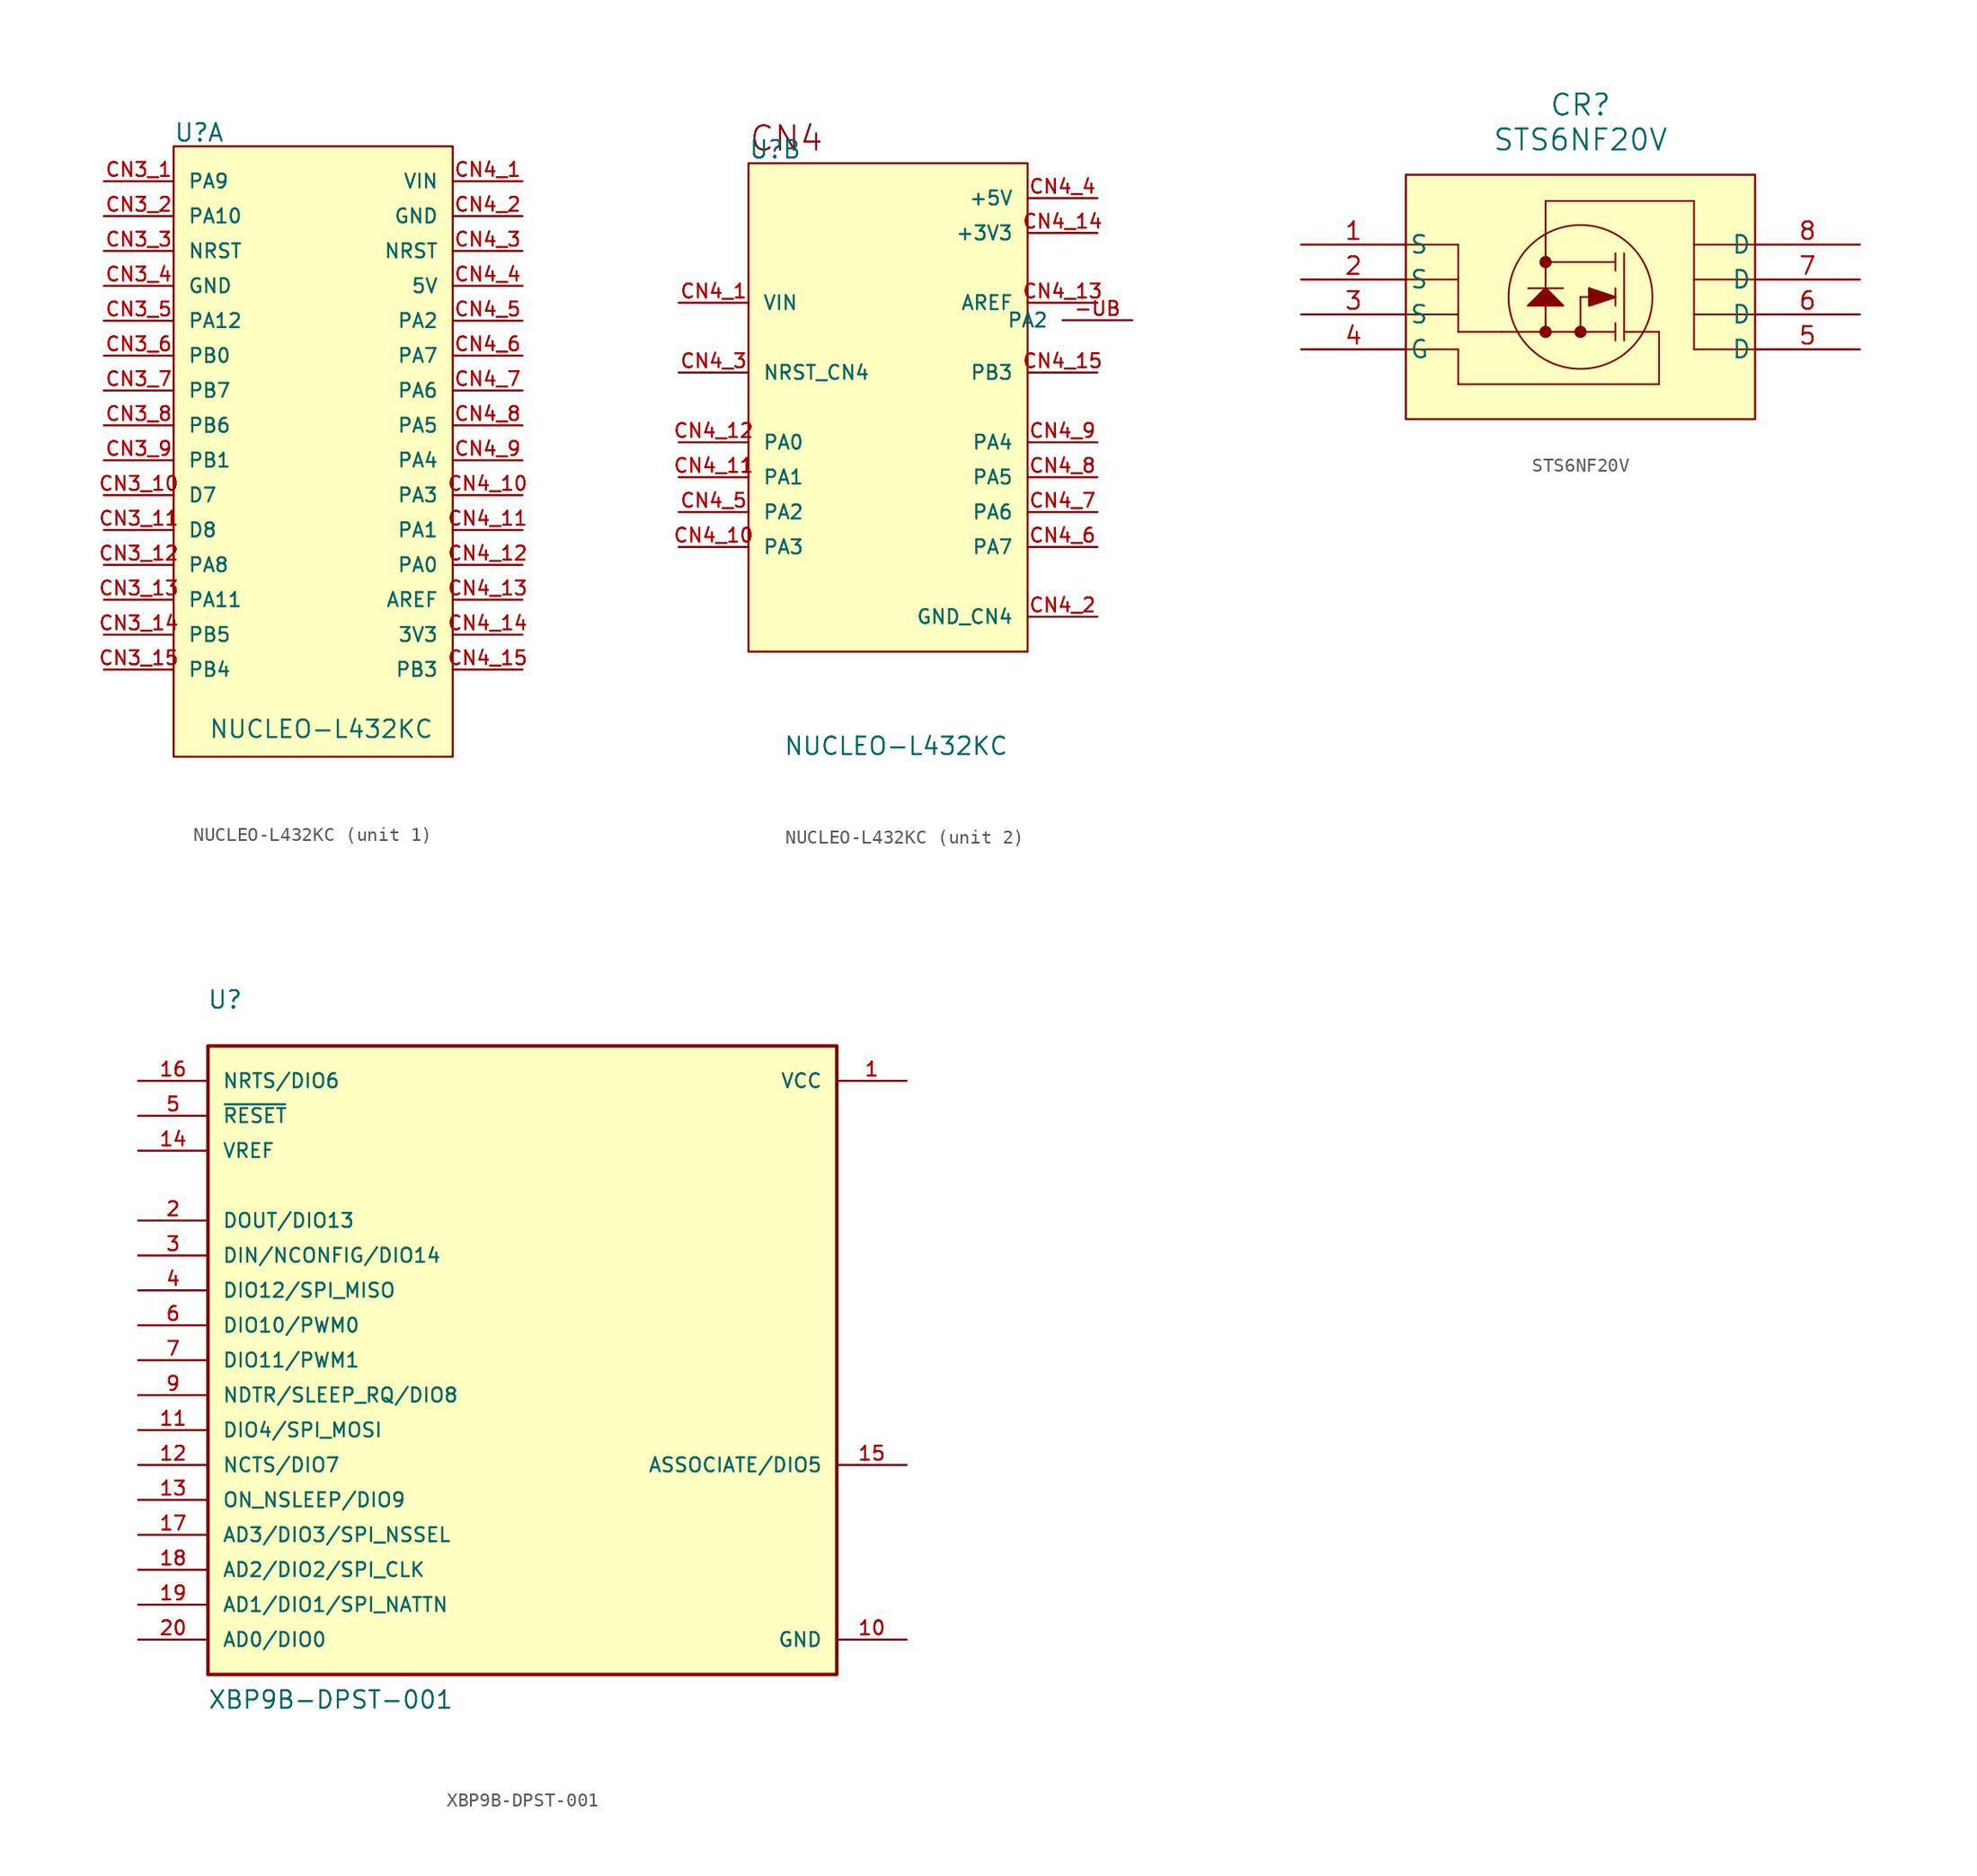
<source format=kicad_sym>
(kicad_symbol_lib
  (version 20231120)
  (generator "kicad_symbol_editor")
  (generator_version "8.0")
  (symbol "NUCLEO-L432KC"
    (pin_names
      (offset 1.016))
    (property "Reference" "U"
      (at -10.16 18.034 0)
      (effects (font (size 1.27 1.27)) (justify left bottom)))
    (property "Value" "NUCLEO-L432KC"
      (at -7.62 -25.4 0)
      (effects (font (size 1.27 1.27)) (justify left bottom)))
    (symbol "NUCLEO-L432KC_1_0"
      (rectangle (start -10.16 17.78) (end 10.16 -26.67) (stroke (width 0.152) (type default)) (fill (type background)))
      (pin bidirectional line (at -15.24 15.24 0) (length 5.08) (name "PA9" (effects (font (size 1.016 1.016)))) (number "CN3_1" (effects (font (size 1.016 1.016)))))
      (pin bidirectional line (at -15.24 -12.7 0) (length 5.08) (name "PA8" (effects (font (size 1.016 1.016)))) (number "CN3_12" (effects (font (size 1.016 1.016)))))
      (pin bidirectional line (at -15.24 -15.24 0) (length 5.08) (name "PA11" (effects (font (size 1.016 1.016)))) (number "CN3_13" (effects (font (size 1.016 1.016)))))
      (pin bidirectional line (at -15.24 -17.78 0) (length 5.08) (name "PB5" (effects (font (size 1.016 1.016)))) (number "CN3_14" (effects (font (size 1.016 1.016)))))
      (pin bidirectional line (at -15.24 -20.32 0) (length 5.08) (name "PB4" (effects (font (size 1.016 1.016)))) (number "CN3_15" (effects (font (size 1.016 1.016)))))
      (pin bidirectional line (at -15.24 12.7 0) (length 5.08) (name "PA10" (effects (font (size 1.016 1.016)))) (number "CN3_2" (effects (font (size 1.016 1.016)))))
      (pin bidirectional line (at -15.24 5.08 0) (length 5.08) (name "PA12" (effects (font (size 1.016 1.016)))) (number "CN3_5" (effects (font (size 1.016 1.016)))))
      (pin bidirectional line (at -15.24 2.54 0) (length 5.08) (name "PB0" (effects (font (size 1.016 1.016)))) (number "CN3_6" (effects (font (size 1.016 1.016)))))
      (pin bidirectional line (at -15.24 0 0) (length 5.08) (name "PB7" (effects (font (size 1.016 1.016)))) (number "CN3_7" (effects (font (size 1.016 1.016)))))
      (pin bidirectional line (at -15.24 -2.54 0) (length 5.08) (name "PB6" (effects (font (size 1.016 1.016)))) (number "CN3_8" (effects (font (size 1.016 1.016)))))
      (pin bidirectional line (at -15.24 -5.08 0) (length 5.08) (name "PB1" (effects (font (size 1.016 1.016)))) (number "CN3_9" (effects (font (size 1.016 1.016))))))
    (symbol "NUCLEO-L432KC_1_1"
      (pin bidirectional line (at -15.24 -7.62 0) (length 5.08) (name "D7" (effects (font (size 1.016 1.016)))) (number "CN3_10" (effects (font (size 1.016 1.016)))))
      (pin bidirectional line (at -15.24 -10.16 0) (length 5.08) (name "D8" (effects (font (size 1.016 1.016)))) (number "CN3_11" (effects (font (size 1.016 1.016)))))
      (pin bidirectional line (at -15.24 10.16 0) (length 5.08) (name "NRST" (effects (font (size 1.016 1.016)))) (number "CN3_3" (effects (font (size 1.016 1.016)))))
      (pin power_in line (at -15.24 7.62 0) (length 5.08) (name "GND" (effects (font (size 1.016 1.016)))) (number "CN3_4" (effects (font (size 1.016 1.016)))))
      (pin power_in line (at 15.24 15.24 180) (length 5.08) (name "VIN" (effects (font (size 1.016 1.016)))) (number "CN4_1" (effects (font (size 1.016 1.016)))))
      (pin bidirectional line (at 15.24 -7.62 180) (length 5.08) (name "PA3" (effects (font (size 1.016 1.016)))) (number "CN4_10" (effects (font (size 1.016 1.016)))))
      (pin bidirectional line (at 15.24 -10.16 180) (length 5.08) (name "PA1" (effects (font (size 1.016 1.016)))) (number "CN4_11" (effects (font (size 1.016 1.016)))))
      (pin bidirectional line (at 15.24 -12.7 180) (length 5.08) (name "PA0" (effects (font (size 1.016 1.016)))) (number "CN4_12" (effects (font (size 1.016 1.016)))))
      (pin bidirectional line (at 15.24 -15.24 180) (length 5.08) (name "AREF" (effects (font (size 1.016 1.016)))) (number "CN4_13" (effects (font (size 1.016 1.016)))))
      (pin power_out line (at 15.24 -17.78 180) (length 5.08) (name "3V3" (effects (font (size 1.016 1.016)))) (number "CN4_14" (effects (font (size 1.016 1.016)))))
      (pin bidirectional line (at 15.24 -20.32 180) (length 5.08) (name "PB3" (effects (font (size 1.016 1.016)))) (number "CN4_15" (effects (font (size 1.016 1.016)))))
      (pin power_in line (at 15.24 12.7 180) (length 5.08) (name "GND" (effects (font (size 1.016 1.016)))) (number "CN4_2" (effects (font (size 1.016 1.016)))))
      (pin bidirectional line (at 15.24 10.16 180) (length 5.08) (name "NRST" (effects (font (size 1.016 1.016)))) (number "CN4_3" (effects (font (size 1.016 1.016)))))
      (pin power_out line (at 15.24 7.62 180) (length 5.08) (name "5V" (effects (font (size 1.016 1.016)))) (number "CN4_4" (effects (font (size 1.016 1.016)))))
      (pin bidirectional line (at 15.24 5.08 180) (length 5.08) (name "PA2" (effects (font (size 1.016 1.016)))) (number "CN4_5" (effects (font (size 1.016 1.016)))))
      (pin bidirectional line (at 15.24 2.54 180) (length 5.08) (name "PA7" (effects (font (size 1.016 1.016)))) (number "CN4_6" (effects (font (size 1.016 1.016)))))
      (pin bidirectional line (at 15.24 0 180) (length 5.08) (name "PA6" (effects (font (size 1.016 1.016)))) (number "CN4_7" (effects (font (size 1.016 1.016)))))
      (pin bidirectional line (at 15.24 -2.54 180) (length 5.08) (name "PA5" (effects (font (size 1.016 1.016)))) (number "CN4_8" (effects (font (size 1.016 1.016)))))
      (pin bidirectional line (at 15.24 -5.08 180) (length 5.08) (name "PA4" (effects (font (size 1.016 1.016)))) (number "CN4_9" (effects (font (size 1.016 1.016))))))
    (symbol "NUCLEO-L432KC_2_0"
      (rectangle (start -10.16 -17.78) (end 10.16 17.78) (stroke (width 0.152) (type default)) (fill (type background)))
      (text "CN4" (at -10.16 18.542 0) (effects (font (size 1.778 1.778)) (justify left bottom)))
      (pin input line (at -15.24 7.62 0) (length 5.08) (name "VIN" (effects (font (size 1.016 1.016)))) (number "CN4_1" (effects (font (size 1.016 1.016)))))
      (pin bidirectional line (at -15.24 -10.16 0) (length 5.08) (name "PA3" (effects (font (size 1.016 1.016)))) (number "CN4_10" (effects (font (size 1.016 1.016)))))
      (pin bidirectional line (at -15.24 -5.08 0) (length 5.08) (name "PA1" (effects (font (size 1.016 1.016)))) (number "CN4_11" (effects (font (size 1.016 1.016)))))
      (pin bidirectional line (at -15.24 -2.54 0) (length 5.08) (name "PA0" (effects (font (size 1.016 1.016)))) (number "CN4_12" (effects (font (size 1.016 1.016)))))
      (pin bidirectional line (at 15.24 7.62 180) (length 5.08) (name "AREF" (effects (font (size 1.016 1.016)))) (number "CN4_13" (effects (font (size 1.016 1.016)))))
      (pin power_in line (at 15.24 12.7 180) (length 5.08) (name "+3V3" (effects (font (size 1.016 1.016)))) (number "CN4_14" (effects (font (size 1.016 1.016)))))
      (pin bidirectional line (at 15.24 2.54 180) (length 5.08) (name "PB3" (effects (font (size 1.016 1.016)))) (number "CN4_15" (effects (font (size 1.016 1.016)))))
      (pin power_in line (at 15.24 -15.24 180) (length 5.08) (name "GND_CN4" (effects (font (size 1.016 1.016)))) (number "CN4_2" (effects (font (size 1.016 1.016)))))
      (pin bidirectional line (at -15.24 2.54 0) (length 5.08) (name "NRST_CN4" (effects (font (size 1.016 1.016)))) (number "CN4_3" (effects (font (size 1.016 1.016)))))
      (pin power_in line (at 15.24 15.24 180) (length 5.08) (name "+5V" (effects (font (size 1.016 1.016)))) (number "CN4_4" (effects (font (size 1.016 1.016)))))
      (pin bidirectional line (at -15.24 -7.62 0) (length 5.08) (name "PA2" (effects (font (size 1.016 1.016)))) (number "CN4_5" (effects (font (size 1.016 1.016)))))
      (pin bidirectional line (at 15.24 -10.16 180) (length 5.08) (name "PA7" (effects (font (size 1.016 1.016)))) (number "CN4_6" (effects (font (size 1.016 1.016)))))
      (pin bidirectional line (at 15.24 -7.62 180) (length 5.08) (name "PA6" (effects (font (size 1.016 1.016)))) (number "CN4_7" (effects (font (size 1.016 1.016)))))
      (pin bidirectional line (at 15.24 -5.08 180) (length 5.08) (name "PA5" (effects (font (size 1.016 1.016)))) (number "CN4_8" (effects (font (size 1.016 1.016)))))
      (pin bidirectional line (at 15.24 -2.54 180) (length 5.08) (name "PA4" (effects (font (size 1.016 1.016)))) (number "CN4_9" (effects (font (size 1.016 1.016))))))
    (symbol "NUCLEO-L432KC_2_1"
      (pin bidirectional line (at 17.78 6.35 180) (length 5.08) (name "PA2" (effects (font (size 1.016 1.016)))) (number "-UB" (effects (font (size 1.016 1.016)))))))
  (symbol "STS6NF20V"
    (pin_names
      (offset 0.254))
    (property "Reference" "CR"
      (at 20.32 10.16 0)
      (effects (font (size 1.524 1.524))))
    (property "Value" "STS6NF20V"
      (at 20.32 7.62 0)
      (effects (font (size 1.524 1.524))))
    (symbol "STS6NF20V_0_1"
      (polyline (pts (xy 7.62 -5.08) (xy 11.43 -5.08)) (stroke (width 0.127) (type default)) (fill (type none)))
      (polyline (pts (xy 7.62 -2.54) (xy 11.43 -2.54)) (stroke (width 0.127) (type default)) (fill (type none)))
      (polyline (pts (xy 7.62 0) (xy 11.43 0)) (stroke (width 0.127) (type default)) (fill (type none)))
      (polyline (pts (xy 11.43 -10.16) (xy 11.43 -7.62)) (stroke (width 0.127) (type default)) (fill (type none)))
      (polyline (pts (xy 11.43 -7.62) (xy 7.62 -7.62)) (stroke (width 0.127) (type default)) (fill (type none)))
      (polyline (pts (xy 11.43 -6.35) (xy 14.605 -6.35)) (stroke (width 0.127) (type default)) (fill (type none)))
      (polyline (pts (xy 11.43 0) (xy 11.43 -6.35)) (stroke (width 0.127) (type default)) (fill (type none)))
      (polyline (pts (xy 16.51 -4.445) (xy 17.78 -3.175)) (stroke (width 0.127) (type default)) (fill (type none)))
      (polyline (pts (xy 16.51 -4.445) (xy 19.05 -4.445)) (stroke (width 0.127) (type default)) (fill (type none)))
      (polyline (pts (xy 16.51 -3.175) (xy 19.05 -3.175)) (stroke (width 0.127) (type default)) (fill (type none)))
      (polyline (pts (xy 17.78 -6.35) (xy 17.78 3.175)) (stroke (width 0.127) (type default)) (fill (type none)))
      (polyline (pts (xy 17.78 3.175) (xy 28.575 3.175)) (stroke (width 0.127) (type default)) (fill (type none)))
      (polyline (pts (xy 19.05 -4.445) (xy 17.78 -3.175)) (stroke (width 0.127) (type default)) (fill (type none)))
      (polyline (pts (xy 20.32 -3.81) (xy 20.32 -6.35)) (stroke (width 0.127) (type default)) (fill (type none)))
      (polyline (pts (xy 20.32 -3.81) (xy 22.86 -3.81)) (stroke (width 0.127) (type default)) (fill (type none)))
      (polyline (pts (xy 20.955 -4.445) (xy 22.86 -3.81)) (stroke (width 0.127) (type default)) (fill (type none)))
      (polyline (pts (xy 20.955 -3.175) (xy 20.955 -4.445)) (stroke (width 0.127) (type default)) (fill (type none)))
      (polyline (pts (xy 22.86 -6.985) (xy 22.86 -5.715)) (stroke (width 0.127) (type default)) (fill (type none)))
      (polyline (pts (xy 22.86 -6.35) (xy 14.605 -6.35)) (stroke (width 0.127) (type default)) (fill (type none)))
      (polyline (pts (xy 22.86 -4.445) (xy 22.86 -3.175)) (stroke (width 0.127) (type default)) (fill (type none)))
      (polyline (pts (xy 22.86 -3.81) (xy 20.955 -3.175)) (stroke (width 0.127) (type default)) (fill (type none)))
      (polyline (pts (xy 22.86 -1.905) (xy 22.86 -0.635)) (stroke (width 0.127) (type default)) (fill (type none)))
      (polyline (pts (xy 22.86 -1.27) (xy 17.78 -1.27)) (stroke (width 0.127) (type default)) (fill (type none)))
      (polyline (pts (xy 23.495 -6.35) (xy 26.035 -6.35)) (stroke (width 0.127) (type default)) (fill (type none)))
      (polyline (pts (xy 23.495 -0.635) (xy 23.495 -6.985)) (stroke (width 0.127) (type default)) (fill (type none)))
      (polyline (pts (xy 26.035 -10.16) (xy 11.43 -10.16)) (stroke (width 0.127) (type default)) (fill (type none)))
      (polyline (pts (xy 26.035 -6.35) (xy 26.035 -10.16)) (stroke (width 0.127) (type default)) (fill (type none)))
      (polyline (pts (xy 28.575 -7.62) (xy 33.02 -7.62)) (stroke (width 0.127) (type default)) (fill (type none)))
      (polyline (pts (xy 28.575 3.175) (xy 28.575 -7.62)) (stroke (width 0.127) (type default)) (fill (type none)))
      (polyline (pts (xy 33.02 -5.08) (xy 28.575 -5.08)) (stroke (width 0.127) (type default)) (fill (type none)))
      (polyline (pts (xy 33.02 -2.54) (xy 28.575 -2.54)) (stroke (width 0.127) (type default)) (fill (type none)))
      (polyline (pts (xy 33.02 0) (xy 28.575 0)) (stroke (width 0.127) (type default)) (fill (type none)))
      (polyline (pts (xy 16.51 -4.445) (xy 17.78 -3.175) (xy 19.05 -4.445)) (stroke (width 0) (type default)) (fill (type outline)))
      (polyline (pts (xy 20.955 -3.175) (xy 20.955 -4.445) (xy 22.86 -3.81)) (stroke (width 0) (type default)) (fill (type outline)))
      (circle (center 17.78 -6.35) (radius 0.254) (stroke (width 0.381) (type default)) (fill (type none)))
      (circle (center 17.78 -1.27) (radius 0.254) (stroke (width 0.381) (type default)) (fill (type none)))
      (circle (center 20.32 -6.35) (radius 0.254) (stroke (width 0.381) (type default)) (fill (type none)))
      (circle (center 20.32 -3.81) (radius 5.232) (stroke (width 0.127) (type default)) (fill (type none)))
      (pin unspecified line (at 0 0 0) (length 7.62) (name "S" (effects (font (size 1.27 1.27)))) (number "1" (effects (font (size 1.27 1.27)))))
      (pin unspecified line (at 0 -2.54 0) (length 7.62) (name "S" (effects (font (size 1.27 1.27)))) (number "2" (effects (font (size 1.27 1.27)))))
      (pin unspecified line (at 0 -5.08 0) (length 7.62) (name "S" (effects (font (size 1.27 1.27)))) (number "3" (effects (font (size 1.27 1.27)))))
      (pin unspecified line (at 0 -7.62 0) (length 7.62) (name "G" (effects (font (size 1.27 1.27)))) (number "4" (effects (font (size 1.27 1.27)))))
      (pin unspecified line (at 40.64 -7.62 180) (length 7.62) (name "D" (effects (font (size 1.27 1.27)))) (number "5" (effects (font (size 1.27 1.27)))))
      (pin unspecified line (at 40.64 -5.08 180) (length 7.62) (name "D" (effects (font (size 1.27 1.27)))) (number "6" (effects (font (size 1.27 1.27)))))
      (pin unspecified line (at 40.64 -2.54 180) (length 7.62) (name "D" (effects (font (size 1.27 1.27)))) (number "7" (effects (font (size 1.27 1.27)))))
      (pin unspecified line (at 40.64 0 180) (length 7.62) (name "D" (effects (font (size 1.27 1.27)))) (number "8" (effects (font (size 1.27 1.27))))))
    (symbol "STS6NF20V_1_1"
      (rectangle (start 7.62 5.08) (end 33.02 -12.7) (stroke (width 0) (type default)) (fill (type background)))))
  (symbol "XBP9B-DPST-001"
    (pin_names
      (offset 1.016))
    (property "Reference" "U"
      (at -22.928 25.476 0)
      (effects (font (size 1.27 1.27)) (justify left bottom)))
    (property "Value" "XBP9B-DPST-001"
      (at -22.893 -25.437 0)
      (effects (font (size 1.27 1.27)) (justify left bottom)))
    (symbol "XBP9B-DPST-001_0_0"
      (rectangle (start -22.86 -22.86) (end 22.86 22.86) (stroke (width 0.254) (type default)) (fill (type background)))
      (pin power_in line (at 27.94 20.32 180) (length 5.08) (name "VCC" (effects (font (size 1.016 1.016)))) (number "1" (effects (font (size 1.016 1.016)))))
      (pin power_in line (at 27.94 -20.32 180) (length 5.08) (name "GND" (effects (font (size 1.016 1.016)))) (number "10" (effects (font (size 1.016 1.016)))))
      (pin bidirectional line (at -27.94 -5.08 0) (length 5.08) (name "DIO4/SPI_MOSI" (effects (font (size 1.016 1.016)))) (number "11" (effects (font (size 1.016 1.016)))))
      (pin bidirectional line (at -27.94 -7.62 0) (length 5.08) (name "NCTS/DIO7" (effects (font (size 1.016 1.016)))) (number "12" (effects (font (size 1.016 1.016)))))
      (pin bidirectional line (at -27.94 -10.16 0) (length 5.08) (name "ON_NSLEEP/DIO9" (effects (font (size 1.016 1.016)))) (number "13" (effects (font (size 1.016 1.016)))))
      (pin input line (at -27.94 15.24 0) (length 5.08) (name "VREF" (effects (font (size 1.016 1.016)))) (number "14" (effects (font (size 1.016 1.016)))))
      (pin output line (at 27.94 -7.62 180) (length 5.08) (name "ASSOCIATE/DIO5" (effects (font (size 1.016 1.016)))) (number "15" (effects (font (size 1.016 1.016)))))
      (pin input line (at -27.94 20.32 0) (length 5.08) (name "NRTS/DIO6" (effects (font (size 1.016 1.016)))) (number "16" (effects (font (size 1.016 1.016)))))
      (pin bidirectional line (at -27.94 -12.7 0) (length 5.08) (name "AD3/DIO3/SPI_NSSEL" (effects (font (size 1.016 1.016)))) (number "17" (effects (font (size 1.016 1.016)))))
      (pin bidirectional line (at -27.94 -15.24 0) (length 5.08) (name "AD2/DIO2/SPI_CLK" (effects (font (size 1.016 1.016)))) (number "18" (effects (font (size 1.016 1.016)))))
      (pin bidirectional line (at -27.94 -17.78 0) (length 5.08) (name "AD1/DIO1/SPI_NATTN" (effects (font (size 1.016 1.016)))) (number "19" (effects (font (size 1.016 1.016)))))
      (pin bidirectional line (at -27.94 10.16 0) (length 5.08) (name "DOUT/DIO13" (effects (font (size 1.016 1.016)))) (number "2" (effects (font (size 1.016 1.016)))))
      (pin bidirectional line (at -27.94 -20.32 0) (length 5.08) (name "AD0/DIO0" (effects (font (size 1.016 1.016)))) (number "20" (effects (font (size 1.016 1.016)))))
      (pin bidirectional line (at -27.94 7.62 0) (length 5.08) (name "DIN/NCONFIG/DIO14" (effects (font (size 1.016 1.016)))) (number "3" (effects (font (size 1.016 1.016)))))
      (pin bidirectional line (at -27.94 5.08 0) (length 5.08) (name "DIO12/SPI_MISO" (effects (font (size 1.016 1.016)))) (number "4" (effects (font (size 1.016 1.016)))))
      (pin input line (at -27.94 17.78 0) (length 5.08) (name "~{RESET}" (effects (font (size 1.016 1.016)))) (number "5" (effects (font (size 1.016 1.016)))))
      (pin bidirectional line (at -27.94 2.54 0) (length 5.08) (name "DIO10/PWM0" (effects (font (size 1.016 1.016)))) (number "6" (effects (font (size 1.016 1.016)))))
      (pin bidirectional line (at -27.94 0 0) (length 5.08) (name "DIO11/PWM1" (effects (font (size 1.016 1.016)))) (number "7" (effects (font (size 1.016 1.016)))))
      (pin bidirectional line (at -27.94 -2.54 0) (length 5.08) (name "NDTR/SLEEP_RQ/DIO8" (effects (font (size 1.016 1.016)))) (number "9" (effects (font (size 1.016 1.016))))))))
</source>
